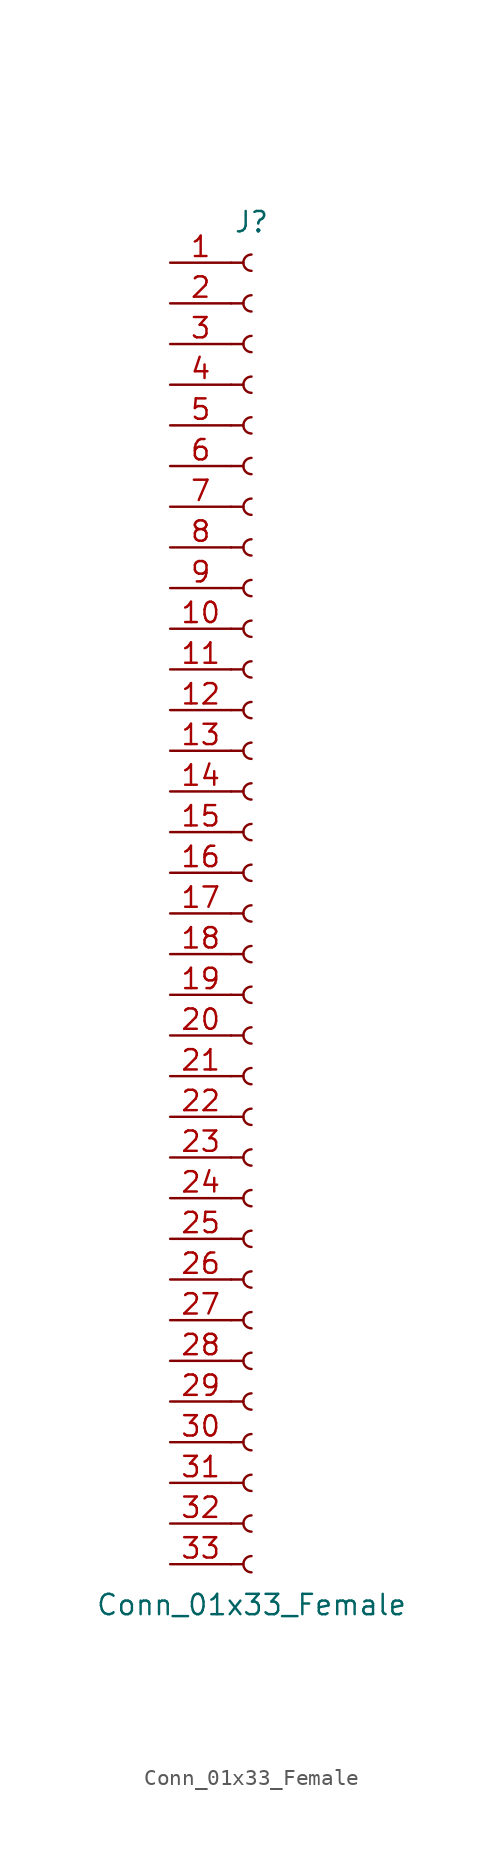
<source format=kicad_sym>
(kicad_symbol_lib
  (version 20220914)
  (generator kicad_symbol_editor)
  (symbol "Conn_01x33_Female"
    (pin_names
      (offset 1.016) hide)
    (property "Reference" "J"
      (at 0 43.18 0)
      (effects (font (size 1.27 1.27))))
    (property "Value" "Conn_01x33_Female"
      (at 0 -43.18 0)
      (effects (font (size 1.27 1.27))))
    (symbol "Conn_01x33_Female_1_1"
      (arc (start 0 -40.132) (mid -0.5058 -40.64) (end 0 -41.148) (stroke (width 0.1524) (type default)) (fill (type none)))
      (arc (start 0 -37.592) (mid -0.5058 -38.1) (end 0 -38.608) (stroke (width 0.1524) (type default)) (fill (type none)))
      (arc (start 0 -35.052) (mid -0.5058 -35.56) (end 0 -36.068) (stroke (width 0.1524) (type default)) (fill (type none)))
      (arc (start 0 -32.512) (mid -0.5058 -33.02) (end 0 -33.528) (stroke (width 0.1524) (type default)) (fill (type none)))
      (arc (start 0 -29.972) (mid -0.5058 -30.48) (end 0 -30.988) (stroke (width 0.1524) (type default)) (fill (type none)))
      (arc (start 0 -27.432) (mid -0.5058 -27.94) (end 0 -28.448) (stroke (width 0.1524) (type default)) (fill (type none)))
      (arc (start 0 -24.892) (mid -0.5058 -25.4) (end 0 -25.908) (stroke (width 0.1524) (type default)) (fill (type none)))
      (arc (start 0 -22.352) (mid -0.5058 -22.86) (end 0 -23.368) (stroke (width 0.1524) (type default)) (fill (type none)))
      (arc (start 0 -19.812) (mid -0.5058 -20.32) (end 0 -20.828) (stroke (width 0.1524) (type default)) (fill (type none)))
      (arc (start 0 -17.272) (mid -0.5058 -17.78) (end 0 -18.288) (stroke (width 0.1524) (type default)) (fill (type none)))
      (arc (start 0 -14.732) (mid -0.5058 -15.24) (end 0 -15.748) (stroke (width 0.1524) (type default)) (fill (type none)))
      (arc (start 0 -12.192) (mid -0.5058 -12.7) (end 0 -13.208) (stroke (width 0.1524) (type default)) (fill (type none)))
      (arc (start 0 -9.652) (mid -0.5058 -10.16) (end 0 -10.668) (stroke (width 0.1524) (type default)) (fill (type none)))
      (arc (start 0 -7.112) (mid -0.5058 -7.62) (end 0 -8.128) (stroke (width 0.1524) (type default)) (fill (type none)))
      (arc (start 0 -4.572) (mid -0.5058 -5.08) (end 0 -5.588) (stroke (width 0.1524) (type default)) (fill (type none)))
      (arc (start 0 -2.032) (mid -0.5058 -2.54) (end 0 -3.048) (stroke (width 0.1524) (type default)) (fill (type none)))
      (polyline (pts (xy -1.27 -40.64) (xy -0.508 -40.64)) (stroke (width 0.152) (type default)) (fill (type none)))
      (polyline (pts (xy -1.27 -38.1) (xy -0.508 -38.1)) (stroke (width 0.152) (type default)) (fill (type none)))
      (polyline (pts (xy -1.27 -35.56) (xy -0.508 -35.56)) (stroke (width 0.152) (type default)) (fill (type none)))
      (polyline (pts (xy -1.27 -33.02) (xy -0.508 -33.02)) (stroke (width 0.152) (type default)) (fill (type none)))
      (polyline (pts (xy -1.27 -30.48) (xy -0.508 -30.48)) (stroke (width 0.152) (type default)) (fill (type none)))
      (polyline (pts (xy -1.27 -27.94) (xy -0.508 -27.94)) (stroke (width 0.152) (type default)) (fill (type none)))
      (polyline (pts (xy -1.27 -25.4) (xy -0.508 -25.4)) (stroke (width 0.152) (type default)) (fill (type none)))
      (polyline (pts (xy -1.27 -22.86) (xy -0.508 -22.86)) (stroke (width 0.152) (type default)) (fill (type none)))
      (polyline (pts (xy -1.27 -20.32) (xy -0.508 -20.32)) (stroke (width 0.152) (type default)) (fill (type none)))
      (polyline (pts (xy -1.27 -17.78) (xy -0.508 -17.78)) (stroke (width 0.152) (type default)) (fill (type none)))
      (polyline (pts (xy -1.27 -15.24) (xy -0.508 -15.24)) (stroke (width 0.152) (type default)) (fill (type none)))
      (polyline (pts (xy -1.27 -12.7) (xy -0.508 -12.7)) (stroke (width 0.152) (type default)) (fill (type none)))
      (polyline (pts (xy -1.27 -10.16) (xy -0.508 -10.16)) (stroke (width 0.152) (type default)) (fill (type none)))
      (polyline (pts (xy -1.27 -7.62) (xy -0.508 -7.62)) (stroke (width 0.152) (type default)) (fill (type none)))
      (polyline (pts (xy -1.27 -5.08) (xy -0.508 -5.08)) (stroke (width 0.152) (type default)) (fill (type none)))
      (polyline (pts (xy -1.27 -2.54) (xy -0.508 -2.54)) (stroke (width 0.152) (type default)) (fill (type none)))
      (polyline (pts (xy -1.27 0) (xy -0.508 0)) (stroke (width 0.152) (type default)) (fill (type none)))
      (polyline (pts (xy -1.27 2.54) (xy -0.508 2.54)) (stroke (width 0.152) (type default)) (fill (type none)))
      (polyline (pts (xy -1.27 5.08) (xy -0.508 5.08)) (stroke (width 0.152) (type default)) (fill (type none)))
      (polyline (pts (xy -1.27 7.62) (xy -0.508 7.62)) (stroke (width 0.152) (type default)) (fill (type none)))
      (polyline (pts (xy -1.27 10.16) (xy -0.508 10.16)) (stroke (width 0.152) (type default)) (fill (type none)))
      (polyline (pts (xy -1.27 12.7) (xy -0.508 12.7)) (stroke (width 0.152) (type default)) (fill (type none)))
      (polyline (pts (xy -1.27 15.24) (xy -0.508 15.24)) (stroke (width 0.152) (type default)) (fill (type none)))
      (polyline (pts (xy -1.27 17.78) (xy -0.508 17.78)) (stroke (width 0.152) (type default)) (fill (type none)))
      (polyline (pts (xy -1.27 20.32) (xy -0.508 20.32)) (stroke (width 0.152) (type default)) (fill (type none)))
      (polyline (pts (xy -1.27 22.86) (xy -0.508 22.86)) (stroke (width 0.152) (type default)) (fill (type none)))
      (polyline (pts (xy -1.27 25.4) (xy -0.508 25.4)) (stroke (width 0.152) (type default)) (fill (type none)))
      (polyline (pts (xy -1.27 27.94) (xy -0.508 27.94)) (stroke (width 0.152) (type default)) (fill (type none)))
      (polyline (pts (xy -1.27 30.48) (xy -0.508 30.48)) (stroke (width 0.152) (type default)) (fill (type none)))
      (polyline (pts (xy -1.27 33.02) (xy -0.508 33.02)) (stroke (width 0.152) (type default)) (fill (type none)))
      (polyline (pts (xy -1.27 35.56) (xy -0.508 35.56)) (stroke (width 0.152) (type default)) (fill (type none)))
      (polyline (pts (xy -1.27 38.1) (xy -0.508 38.1)) (stroke (width 0.152) (type default)) (fill (type none)))
      (polyline (pts (xy -1.27 40.64) (xy -0.508 40.64)) (stroke (width 0.152) (type default)) (fill (type none)))
      (arc (start 0 0.508) (mid -0.5058 0) (end 0 -0.508) (stroke (width 0.1524) (type default)) (fill (type none)))
      (arc (start 0 3.048) (mid -0.5058 2.54) (end 0 2.032) (stroke (width 0.1524) (type default)) (fill (type none)))
      (arc (start 0 5.588) (mid -0.5058 5.08) (end 0 4.572) (stroke (width 0.1524) (type default)) (fill (type none)))
      (arc (start 0 8.128) (mid -0.5058 7.62) (end 0 7.112) (stroke (width 0.1524) (type default)) (fill (type none)))
      (arc (start 0 10.668) (mid -0.5058 10.16) (end 0 9.652) (stroke (width 0.1524) (type default)) (fill (type none)))
      (arc (start 0 13.208) (mid -0.5058 12.7) (end 0 12.192) (stroke (width 0.1524) (type default)) (fill (type none)))
      (arc (start 0 15.748) (mid -0.5058 15.24) (end 0 14.732) (stroke (width 0.1524) (type default)) (fill (type none)))
      (arc (start 0 18.288) (mid -0.5058 17.78) (end 0 17.272) (stroke (width 0.1524) (type default)) (fill (type none)))
      (arc (start 0 20.828) (mid -0.5058 20.32) (end 0 19.812) (stroke (width 0.1524) (type default)) (fill (type none)))
      (arc (start 0 23.368) (mid -0.5058 22.86) (end 0 22.352) (stroke (width 0.1524) (type default)) (fill (type none)))
      (arc (start 0 25.908) (mid -0.5058 25.4) (end 0 24.892) (stroke (width 0.1524) (type default)) (fill (type none)))
      (arc (start 0 28.448) (mid -0.5058 27.94) (end 0 27.432) (stroke (width 0.1524) (type default)) (fill (type none)))
      (arc (start 0 30.988) (mid -0.5058 30.48) (end 0 29.972) (stroke (width 0.1524) (type default)) (fill (type none)))
      (arc (start 0 33.528) (mid -0.5058 33.02) (end 0 32.512) (stroke (width 0.1524) (type default)) (fill (type none)))
      (arc (start 0 36.068) (mid -0.5058 35.56) (end 0 35.052) (stroke (width 0.1524) (type default)) (fill (type none)))
      (arc (start 0 38.608) (mid -0.5058 38.1) (end 0 37.592) (stroke (width 0.1524) (type default)) (fill (type none)))
      (arc (start 0 41.148) (mid -0.5058 40.64) (end 0 40.132) (stroke (width 0.1524) (type default)) (fill (type none)))
      (pin passive line (at -5.08 40.64 0) (length 3.81) (name "Pin_1" (effects (font (size 1.27 1.27)))) (number "1" (effects (font (size 1.27 1.27)))))
      (pin passive line (at -5.08 17.78 0) (length 3.81) (name "Pin_10" (effects (font (size 1.27 1.27)))) (number "10" (effects (font (size 1.27 1.27)))))
      (pin passive line (at -5.08 15.24 0) (length 3.81) (name "Pin_11" (effects (font (size 1.27 1.27)))) (number "11" (effects (font (size 1.27 1.27)))))
      (pin passive line (at -5.08 12.7 0) (length 3.81) (name "Pin_12" (effects (font (size 1.27 1.27)))) (number "12" (effects (font (size 1.27 1.27)))))
      (pin passive line (at -5.08 10.16 0) (length 3.81) (name "Pin_13" (effects (font (size 1.27 1.27)))) (number "13" (effects (font (size 1.27 1.27)))))
      (pin passive line (at -5.08 7.62 0) (length 3.81) (name "Pin_14" (effects (font (size 1.27 1.27)))) (number "14" (effects (font (size 1.27 1.27)))))
      (pin passive line (at -5.08 5.08 0) (length 3.81) (name "Pin_15" (effects (font (size 1.27 1.27)))) (number "15" (effects (font (size 1.27 1.27)))))
      (pin passive line (at -5.08 2.54 0) (length 3.81) (name "Pin_16" (effects (font (size 1.27 1.27)))) (number "16" (effects (font (size 1.27 1.27)))))
      (pin passive line (at -5.08 0 0) (length 3.81) (name "Pin_17" (effects (font (size 1.27 1.27)))) (number "17" (effects (font (size 1.27 1.27)))))
      (pin passive line (at -5.08 -2.54 0) (length 3.81) (name "Pin_18" (effects (font (size 1.27 1.27)))) (number "18" (effects (font (size 1.27 1.27)))))
      (pin passive line (at -5.08 -5.08 0) (length 3.81) (name "Pin_19" (effects (font (size 1.27 1.27)))) (number "19" (effects (font (size 1.27 1.27)))))
      (pin passive line (at -5.08 38.1 0) (length 3.81) (name "Pin_2" (effects (font (size 1.27 1.27)))) (number "2" (effects (font (size 1.27 1.27)))))
      (pin passive line (at -5.08 -7.62 0) (length 3.81) (name "Pin_20" (effects (font (size 1.27 1.27)))) (number "20" (effects (font (size 1.27 1.27)))))
      (pin passive line (at -5.08 -10.16 0) (length 3.81) (name "Pin_21" (effects (font (size 1.27 1.27)))) (number "21" (effects (font (size 1.27 1.27)))))
      (pin passive line (at -5.08 -12.7 0) (length 3.81) (name "Pin_22" (effects (font (size 1.27 1.27)))) (number "22" (effects (font (size 1.27 1.27)))))
      (pin passive line (at -5.08 -15.24 0) (length 3.81) (name "Pin_23" (effects (font (size 1.27 1.27)))) (number "23" (effects (font (size 1.27 1.27)))))
      (pin passive line (at -5.08 -17.78 0) (length 3.81) (name "Pin_24" (effects (font (size 1.27 1.27)))) (number "24" (effects (font (size 1.27 1.27)))))
      (pin passive line (at -5.08 -20.32 0) (length 3.81) (name "Pin_25" (effects (font (size 1.27 1.27)))) (number "25" (effects (font (size 1.27 1.27)))))
      (pin passive line (at -5.08 -22.86 0) (length 3.81) (name "Pin_26" (effects (font (size 1.27 1.27)))) (number "26" (effects (font (size 1.27 1.27)))))
      (pin passive line (at -5.08 -25.4 0) (length 3.81) (name "Pin_27" (effects (font (size 1.27 1.27)))) (number "27" (effects (font (size 1.27 1.27)))))
      (pin passive line (at -5.08 -27.94 0) (length 3.81) (name "Pin_28" (effects (font (size 1.27 1.27)))) (number "28" (effects (font (size 1.27 1.27)))))
      (pin passive line (at -5.08 -30.48 0) (length 3.81) (name "Pin_29" (effects (font (size 1.27 1.27)))) (number "29" (effects (font (size 1.27 1.27)))))
      (pin passive line (at -5.08 35.56 0) (length 3.81) (name "Pin_3" (effects (font (size 1.27 1.27)))) (number "3" (effects (font (size 1.27 1.27)))))
      (pin passive line (at -5.08 -33.02 0) (length 3.81) (name "Pin_30" (effects (font (size 1.27 1.27)))) (number "30" (effects (font (size 1.27 1.27)))))
      (pin passive line (at -5.08 -35.56 0) (length 3.81) (name "Pin_31" (effects (font (size 1.27 1.27)))) (number "31" (effects (font (size 1.27 1.27)))))
      (pin passive line (at -5.08 -38.1 0) (length 3.81) (name "Pin_32" (effects (font (size 1.27 1.27)))) (number "32" (effects (font (size 1.27 1.27)))))
      (pin passive line (at -5.08 -40.64 0) (length 3.81) (name "Pin_33" (effects (font (size 1.27 1.27)))) (number "33" (effects (font (size 1.27 1.27)))))
      (pin passive line (at -5.08 33.02 0) (length 3.81) (name "Pin_4" (effects (font (size 1.27 1.27)))) (number "4" (effects (font (size 1.27 1.27)))))
      (pin passive line (at -5.08 30.48 0) (length 3.81) (name "Pin_5" (effects (font (size 1.27 1.27)))) (number "5" (effects (font (size 1.27 1.27)))))
      (pin passive line (at -5.08 27.94 0) (length 3.81) (name "Pin_6" (effects (font (size 1.27 1.27)))) (number "6" (effects (font (size 1.27 1.27)))))
      (pin passive line (at -5.08 25.4 0) (length 3.81) (name "Pin_7" (effects (font (size 1.27 1.27)))) (number "7" (effects (font (size 1.27 1.27)))))
      (pin passive line (at -5.08 22.86 0) (length 3.81) (name "Pin_8" (effects (font (size 1.27 1.27)))) (number "8" (effects (font (size 1.27 1.27)))))
      (pin passive line (at -5.08 20.32 0) (length 3.81) (name "Pin_9" (effects (font (size 1.27 1.27)))) (number "9" (effects (font (size 1.27 1.27))))))))
</source>
